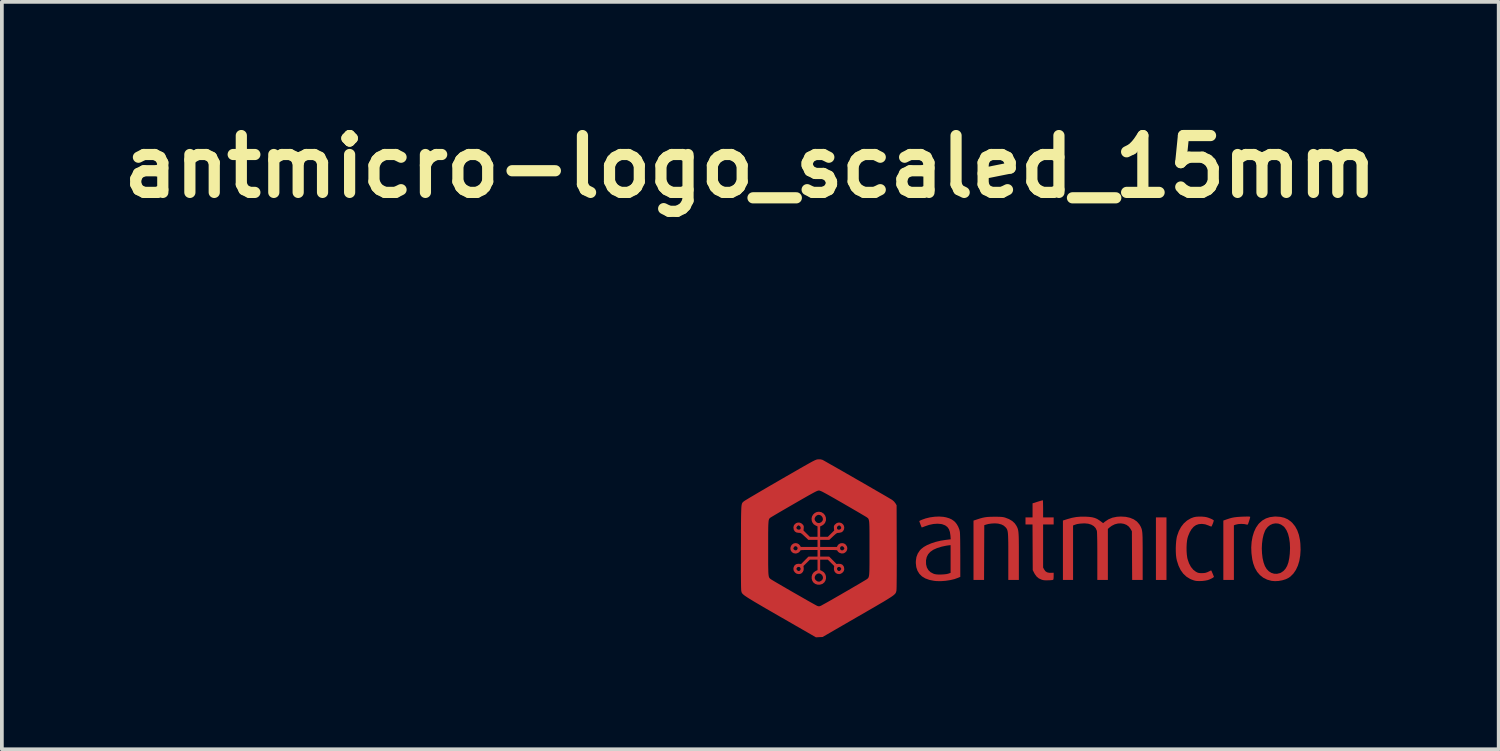
<source format=kicad_pcb>
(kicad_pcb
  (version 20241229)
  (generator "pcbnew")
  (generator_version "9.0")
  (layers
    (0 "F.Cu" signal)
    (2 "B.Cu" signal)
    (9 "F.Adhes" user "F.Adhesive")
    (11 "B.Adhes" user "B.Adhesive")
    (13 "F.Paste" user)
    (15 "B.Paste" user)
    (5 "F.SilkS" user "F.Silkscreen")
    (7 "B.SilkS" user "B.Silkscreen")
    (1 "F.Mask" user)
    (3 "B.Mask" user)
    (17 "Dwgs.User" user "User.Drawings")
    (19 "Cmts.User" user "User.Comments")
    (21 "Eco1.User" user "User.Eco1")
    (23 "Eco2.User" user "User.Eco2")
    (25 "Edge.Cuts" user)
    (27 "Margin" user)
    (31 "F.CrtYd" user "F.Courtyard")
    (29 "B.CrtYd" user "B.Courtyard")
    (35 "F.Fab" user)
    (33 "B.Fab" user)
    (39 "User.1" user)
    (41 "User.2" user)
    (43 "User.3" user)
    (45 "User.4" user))
  (footprint "antmicro-logo_scaled_15mm"
    (layer "F.Cu")
    (at 24.762 11.718)
    (property "Reference" "antmicro-logo_scaled_15mm" (at -7.7 -10.3 0) (layer "F.SilkS") (effects (font (size 1.524 1.524) (thickness 0.3))))
    (attr exclude_from_pos_files exclude_from_bom)
    (fp_poly (pts (xy 3.456 0.778) (xy 3.173 0.778) (xy 3.173 -0.899) (xy 3.456 -0.899) (xy 3.456 0.778)) (stroke (width 0.001) (type solid)) (fill yes) (layer "F.Cu"))
    (fp_poly (pts (xy 5.67 -0.921) (xy 5.692 -0.918) (xy 5.7 -0.913) (xy 5.7 -0.911) (xy 5.697 -0.894) (xy 5.688 -0.86) (xy 5.675 -0.816) (xy 5.669 -0.797) (xy 5.653 -0.749) (xy 5.641 -0.719) (xy 5.631 -0.706) (xy 5.62 -0.703) (xy 5.617 -0.704) (xy 5.544 -0.72) (xy 5.462 -0.725) (xy 5.38 -0.72) (xy 5.309 -0.704) (xy 5.296 -0.699) (xy 5.263 -0.687) (xy 5.263 0.778) (xy 4.98 0.778) (xy 4.98 -0.814) (xy 5.065 -0.844) (xy 5.14 -0.869) (xy 5.208 -0.888) (xy 5.276 -0.901) (xy 5.351 -0.91) (xy 5.439 -0.916) (xy 5.502 -0.919) (xy 5.578 -0.921) (xy 5.634 -0.922) (xy 5.67 -0.921)) (stroke (width 0.001) (type solid)) (fill yes) (layer "F.Cu"))
    (fp_poly (pts (xy 0.143 -1.348) (xy 0.146 -1.317) (xy 0.147 -1.269) (xy 0.148 -1.209) (xy 0.149 -1.139) (xy 0.149 -1.129) (xy 0.149 -0.899) (xy 0.432 -0.899) (xy 0.432 -0.71) (xy 0.149 -0.71) (xy 0.149 0.444) (xy 0.176 0.495) (xy 0.21 0.543) (xy 0.255 0.573) (xy 0.313 0.586) (xy 0.359 0.587) (xy 0.432 0.584) (xy 0.432 0.674) (xy 0.43 0.73) (xy 0.424 0.764) (xy 0.418 0.774) (xy 0.4 0.779) (xy 0.365 0.783) (xy 0.318 0.786) (xy 0.285 0.787) (xy 0.22 0.788) (xy 0.171 0.785) (xy 0.131 0.777) (xy 0.104 0.768) (xy 0.032 0.735) (xy -0.025 0.687) (xy -0.072 0.623) (xy -0.087 0.596) (xy -0.129 0.515) (xy -0.132 -0.097) (xy -0.135 -0.71) (xy -0.323 -0.71) (xy -0.323 -0.899) (xy -0.134 -0.899) (xy -0.134 -1.276) (xy -0.001 -1.318) (xy 0.052 -1.334) (xy 0.096 -1.347) (xy 0.128 -1.356) (xy 0.141 -1.359) (xy 0.143 -1.348)) (stroke (width 0.001) (type solid)) (fill yes) (layer "F.Cu"))
    (fp_poly (pts (xy -1.068 -0.916) (xy -1.005 -0.914) (xy -0.957 -0.911) (xy -0.919 -0.906) (xy -0.886 -0.898) (xy -0.873 -0.895) (xy -0.766 -0.854) (xy -0.68 -0.803) (xy -0.612 -0.741) (xy -0.568 -0.677) (xy -0.554 -0.651) (xy -0.542 -0.625) (xy -0.532 -0.6) (xy -0.524 -0.571) (xy -0.517 -0.538) (xy -0.512 -0.498) (xy -0.508 -0.449) (xy -0.505 -0.389) (xy -0.503 -0.316) (xy -0.502 -0.227) (xy -0.501 -0.122) (xy -0.501 0.004) (xy -0.501 0.149) (xy -0.501 0.778) (xy -0.784 0.778) (xy -0.784 0.155) (xy -0.784 0.008) (xy -0.784 -0.117) (xy -0.785 -0.223) (xy -0.787 -0.311) (xy -0.789 -0.383) (xy -0.792 -0.441) (xy -0.796 -0.488) (xy -0.802 -0.525) (xy -0.809 -0.554) (xy -0.818 -0.578) (xy -0.828 -0.597) (xy -0.841 -0.615) (xy -0.856 -0.633) (xy -0.857 -0.634) (xy -0.906 -0.678) (xy -0.966 -0.709) (xy -1.041 -0.729) (xy -1.069 -0.734) (xy -1.148 -0.739) (xy -1.236 -0.734) (xy -1.321 -0.722) (xy -1.383 -0.705) (xy -1.428 -0.69) (xy -1.431 0.044) (xy -1.434 0.778) (xy -1.717 0.778) (xy -1.717 -0.813) (xy -1.608 -0.849) (xy -1.533 -0.873) (xy -1.469 -0.89) (xy -1.41 -0.902) (xy -1.35 -0.91) (xy -1.282 -0.914) (xy -1.2 -0.916) (xy -1.15 -0.916) (xy -1.068 -0.916)) (stroke (width 0.001) (type solid)) (fill yes) (layer "F.Cu"))
    (fp_poly (pts (xy 2.365 -0.914) (xy 2.48 -0.888) (xy 2.579 -0.847) (xy 2.662 -0.789) (xy 2.727 -0.715) (xy 2.759 -0.663) (xy 2.771 -0.637) (xy 2.782 -0.612) (xy 2.791 -0.587) (xy 2.798 -0.557) (xy 2.804 -0.523) (xy 2.809 -0.481) (xy 2.812 -0.429) (xy 2.815 -0.365) (xy 2.816 -0.288) (xy 2.817 -0.195) (xy 2.818 -0.084) (xy 2.818 0.047) (xy 2.818 0.153) (xy 2.818 0.778) (xy 2.536 0.778) (xy 2.532 0.126) (xy 2.529 -0.527) (xy 2.494 -0.589) (xy 2.448 -0.651) (xy 2.387 -0.697) (xy 2.315 -0.726) (xy 2.236 -0.739) (xy 2.154 -0.735) (xy 2.071 -0.714) (xy 1.992 -0.675) (xy 1.935 -0.634) (xy 1.885 -0.59) (xy 1.885 0.778) (xy 1.602 0.778) (xy 1.602 0.139) (xy 1.602 -0.021) (xy 1.601 -0.159) (xy 1.6 -0.274) (xy 1.598 -0.369) (xy 1.596 -0.442) (xy 1.594 -0.496) (xy 1.591 -0.531) (xy 1.588 -0.545) (xy 1.557 -0.612) (xy 1.506 -0.666) (xy 1.439 -0.705) (xy 1.357 -0.73) (xy 1.26 -0.739) (xy 1.162 -0.734) (xy 1.109 -0.728) (xy 1.07 -0.722) (xy 1.039 -0.714) (xy 1.005 -0.703) (xy 0.985 -0.695) (xy 0.952 -0.683) (xy 0.952 0.778) (xy 0.68 0.778) (xy 0.68 -0.815) (xy 0.793 -0.851) (xy 0.92 -0.887) (xy 1.038 -0.909) (xy 1.158 -0.919) (xy 1.283 -0.919) (xy 1.383 -0.913) (xy 1.465 -0.902) (xy 1.534 -0.884) (xy 1.596 -0.858) (xy 1.655 -0.821) (xy 1.679 -0.804) (xy 1.757 -0.745) (xy 1.806 -0.785) (xy 1.902 -0.848) (xy 2.009 -0.892) (xy 2.129 -0.916) (xy 2.234 -0.922) (xy 2.365 -0.914)) (stroke (width 0.001) (type solid)) (fill yes) (layer "F.Cu"))
    (fp_poly (pts (xy 6.505 -0.914) (xy 6.611 -0.89) (xy 6.705 -0.849) (xy 6.789 -0.789) (xy 6.828 -0.753) (xy 6.903 -0.661) (xy 6.962 -0.553) (xy 7.006 -0.429) (xy 7.035 -0.287) (xy 7.045 -0.195) (xy 7.051 -0.03) (xy 7.041 0.124) (xy 7.017 0.267) (xy 6.978 0.395) (xy 6.925 0.509) (xy 6.859 0.606) (xy 6.78 0.685) (xy 6.731 0.72) (xy 6.653 0.759) (xy 6.561 0.787) (xy 6.461 0.805) (xy 6.362 0.81) (xy 6.271 0.802) (xy 6.155 0.77) (xy 6.051 0.718) (xy 5.962 0.648) (xy 5.886 0.56) (xy 5.825 0.453) (xy 5.78 0.33) (xy 5.755 0.222) (xy 5.734 0.062) (xy 5.729 -0.067) (xy 6.011 -0.067) (xy 6.017 0.065) (xy 6.032 0.192) (xy 6.059 0.309) (xy 6.095 0.407) (xy 6.141 0.484) (xy 6.199 0.545) (xy 6.267 0.588) (xy 6.342 0.611) (xy 6.42 0.613) (xy 6.498 0.594) (xy 6.524 0.583) (xy 6.59 0.539) (xy 6.645 0.479) (xy 6.69 0.402) (xy 6.724 0.307) (xy 6.748 0.191) (xy 6.762 0.07) (xy 6.768 -0.078) (xy 6.762 -0.216) (xy 6.744 -0.342) (xy 6.716 -0.454) (xy 6.676 -0.549) (xy 6.626 -0.625) (xy 6.595 -0.658) (xy 6.527 -0.706) (xy 6.454 -0.733) (xy 6.379 -0.739) (xy 6.304 -0.726) (xy 6.233 -0.694) (xy 6.17 -0.644) (xy 6.117 -0.577) (xy 6.097 -0.54) (xy 6.06 -0.44) (xy 6.033 -0.324) (xy 6.017 -0.198) (xy 6.011 -0.067) (xy 5.729 -0.067) (xy 5.728 -0.094) (xy 5.738 -0.242) (xy 5.763 -0.381) (xy 5.802 -0.509) (xy 5.854 -0.622) (xy 5.92 -0.718) (xy 5.94 -0.74) (xy 6.025 -0.816) (xy 6.121 -0.871) (xy 6.228 -0.906) (xy 6.348 -0.921) (xy 6.385 -0.922) (xy 6.505 -0.914)) (stroke (width 0.001) (type solid)) (fill yes) (layer "F.Cu"))
    (fp_poly (pts (xy 4.407 -0.92) (xy 4.485 -0.913) (xy 4.528 -0.905) (xy 4.573 -0.892) (xy 4.621 -0.874) (xy 4.666 -0.855) (xy 4.701 -0.836) (xy 4.722 -0.821) (xy 4.724 -0.819) (xy 4.722 -0.805) (xy 4.714 -0.776) (xy 4.701 -0.739) (xy 4.686 -0.703) (xy 4.672 -0.672) (xy 4.661 -0.654) (xy 4.658 -0.652) (xy 4.644 -0.657) (xy 4.614 -0.668) (xy 4.585 -0.681) (xy 4.495 -0.713) (xy 4.405 -0.725) (xy 4.321 -0.718) (xy 4.247 -0.692) (xy 4.185 -0.648) (xy 4.128 -0.583) (xy 4.079 -0.5) (xy 4.038 -0.402) (xy 4.02 -0.345) (xy 4.007 -0.276) (xy 3.998 -0.19) (xy 3.994 -0.095) (xy 3.995 0.002) (xy 4.001 0.094) (xy 4.012 0.174) (xy 4.02 0.213) (xy 4.06 0.331) (xy 4.111 0.427) (xy 4.172 0.502) (xy 4.243 0.557) (xy 4.249 0.56) (xy 4.285 0.579) (xy 4.317 0.589) (xy 4.354 0.594) (xy 4.404 0.595) (xy 4.407 0.595) (xy 4.46 0.593) (xy 4.507 0.585) (xy 4.554 0.569) (xy 4.609 0.543) (xy 4.65 0.522) (xy 4.656 0.525) (xy 4.665 0.54) (xy 4.678 0.571) (xy 4.698 0.618) (xy 4.725 0.684) (xy 4.728 0.691) (xy 4.721 0.703) (xy 4.697 0.721) (xy 4.66 0.741) (xy 4.616 0.762) (xy 4.57 0.779) (xy 4.557 0.783) (xy 4.494 0.796) (xy 4.417 0.805) (xy 4.338 0.808) (xy 4.266 0.805) (xy 4.236 0.801) (xy 4.191 0.79) (xy 4.138 0.771) (xy 4.088 0.75) (xy 3.99 0.689) (xy 3.905 0.609) (xy 3.834 0.51) (xy 3.778 0.393) (xy 3.735 0.259) (xy 3.721 0.193) (xy 3.711 0.116) (xy 3.706 0.024) (xy 3.705 -0.075) (xy 3.709 -0.175) (xy 3.717 -0.27) (xy 3.729 -0.352) (xy 3.739 -0.397) (xy 3.785 -0.528) (xy 3.845 -0.641) (xy 3.92 -0.738) (xy 4.008 -0.815) (xy 4.108 -0.874) (xy 4.188 -0.904) (xy 4.25 -0.916) (xy 4.326 -0.921) (xy 4.407 -0.92)) (stroke (width 0.001) (type solid)) (fill yes) (layer "F.Cu"))
    (fp_poly (pts (xy -2.525 -0.914) (xy -2.45 -0.9) (xy -2.365 -0.874) (xy -2.297 -0.842) (xy -2.238 -0.8) (xy -2.209 -0.773) (xy -2.166 -0.719) (xy -2.127 -0.651) (xy -2.097 -0.576) (xy -2.084 -0.522) (xy -2.081 -0.496) (xy -2.078 -0.447) (xy -2.076 -0.379) (xy -2.074 -0.294) (xy -2.073 -0.192) (xy -2.072 -0.077) (xy -2.072 0.05) (xy -2.071 0.118) (xy -2.071 0.695) (xy -2.127 0.719) (xy -2.226 0.755) (xy -2.341 0.782) (xy -2.465 0.801) (xy -2.59 0.81) (xy -2.712 0.808) (xy -2.776 0.801) (xy -2.901 0.776) (xy -3.008 0.737) (xy -3.097 0.683) (xy -3.167 0.614) (xy -3.218 0.532) (xy -3.25 0.436) (xy -3.263 0.326) (xy -3.262 0.271) (xy -3.261 0.26) (xy -2.99 0.26) (xy -2.988 0.358) (xy -2.967 0.443) (xy -2.927 0.513) (xy -2.869 0.569) (xy -2.793 0.609) (xy -2.757 0.621) (xy -2.711 0.629) (xy -2.649 0.633) (xy -2.579 0.632) (xy -2.508 0.628) (xy -2.444 0.621) (xy -2.395 0.61) (xy -2.387 0.607) (xy -2.331 0.587) (xy -2.331 -0.156) (xy -2.399 -0.148) (xy -2.443 -0.141) (xy -2.499 -0.13) (xy -2.558 -0.117) (xy -2.576 -0.113) (xy -2.697 -0.075) (xy -2.797 -0.03) (xy -2.875 0.025) (xy -2.933 0.089) (xy -2.971 0.164) (xy -2.989 0.249) (xy -2.99 0.26) (xy -3.261 0.26) (xy -3.247 0.164) (xy -3.211 0.07) (xy -3.155 -0.014) (xy -3.123 -0.048) (xy -3.052 -0.105) (xy -2.96 -0.157) (xy -2.851 -0.203) (xy -2.729 -0.243) (xy -2.595 -0.275) (xy -2.453 -0.297) (xy -2.451 -0.297) (xy -2.328 -0.312) (xy -2.335 -0.413) (xy -2.349 -0.507) (xy -2.376 -0.583) (xy -2.418 -0.642) (xy -2.476 -0.685) (xy -2.551 -0.714) (xy -2.587 -0.722) (xy -2.684 -0.73) (xy -2.793 -0.722) (xy -2.907 -0.698) (xy -3.022 -0.659) (xy -3.032 -0.655) (xy -3.069 -0.64) (xy -3.095 -0.632) (xy -3.106 -0.63) (xy -3.112 -0.642) (xy -3.123 -0.67) (xy -3.137 -0.706) (xy -3.151 -0.744) (xy -3.163 -0.776) (xy -3.169 -0.796) (xy -3.17 -0.799) (xy -3.16 -0.807) (xy -3.134 -0.821) (xy -3.105 -0.834) (xy -2.999 -0.872) (xy -2.882 -0.9) (xy -2.759 -0.917) (xy -2.638 -0.922) (xy -2.525 -0.914)) (stroke (width 0.001) (type solid)) (fill yes) (layer "F.Cu"))
    (fp_poly (pts (xy -5.817 -2.455) (xy -5.769 -2.443) (xy -5.768 -2.443) (xy -5.752 -2.435) (xy -5.718 -2.416) (xy -5.668 -2.388) (xy -5.602 -2.35) (xy -5.523 -2.305) (xy -5.432 -2.254) (xy -5.332 -2.197) (xy -5.224 -2.135) (xy -5.11 -2.069) (xy -4.992 -2.002) (xy -4.871 -1.932) (xy -4.75 -1.863) (xy -4.63 -1.794) (xy -4.513 -1.726) (xy -4.401 -1.661) (xy -4.295 -1.6) (xy -4.198 -1.544) (xy -4.111 -1.494) (xy -4.036 -1.45) (xy -3.975 -1.414) (xy -3.93 -1.387) (xy -3.902 -1.371) (xy -3.899 -1.369) (xy -3.849 -1.327) (xy -3.81 -1.278) (xy -3.778 -1.224) (xy -3.775 -0.098) (xy -3.775 0.118) (xy -3.774 0.312) (xy -3.775 0.485) (xy -3.775 0.636) (xy -3.776 0.766) (xy -3.777 0.873) (xy -3.778 0.958) (xy -3.78 1.02) (xy -3.782 1.059) (xy -3.784 1.073) (xy -3.789 1.09) (xy -3.794 1.107) (xy -3.8 1.122) (xy -3.81 1.138) (xy -3.823 1.154) (xy -3.842 1.172) (xy -3.867 1.193) (xy -3.9 1.217) (xy -3.942 1.245) (xy -3.994 1.278) (xy -4.057 1.317) (xy -4.132 1.363) (xy -4.222 1.415) (xy -4.327 1.477) (xy -4.448 1.547) (xy -4.586 1.627) (xy -4.743 1.718) (xy -4.813 1.758) (xy -5.762 2.307) (xy -5.851 2.311) (xy -5.94 2.316) (xy -6.288 2.115) (xy -6.501 1.993) (xy -6.695 1.881) (xy -6.871 1.78) (xy -7.028 1.69) (xy -7.169 1.608) (xy -7.295 1.536) (xy -7.405 1.471) (xy -7.502 1.414) (xy -7.586 1.365) (xy -7.658 1.321) (xy -7.719 1.284) (xy -7.77 1.252) (xy -7.812 1.224) (xy -7.846 1.201) (xy -7.872 1.181) (xy -7.893 1.163) (xy -7.908 1.148) (xy -7.919 1.135) (xy -7.927 1.122) (xy -7.932 1.111) (xy -7.935 1.098) (xy -7.939 1.086) (xy -7.942 1.073) (xy -7.944 1.052) (xy -7.946 1.008) (xy -7.948 0.941) (xy -7.949 0.851) (xy -7.95 0.739) (xy -7.951 0.604) (xy -7.951 0.448) (xy -7.951 0.27) (xy -7.951 0.07) (xy -7.951 -0.072) (xy -7.221 -0.072) (xy -7.221 0.082) (xy -7.221 0.213) (xy -7.221 0.325) (xy -7.22 0.418) (xy -7.218 0.496) (xy -7.217 0.558) (xy -7.214 0.608) (xy -7.21 0.646) (xy -7.205 0.676) (xy -7.2 0.698) (xy -7.192 0.715) (xy -7.184 0.727) (xy -7.174 0.738) (xy -7.162 0.749) (xy -7.161 0.75) (xy -7.145 0.761) (xy -7.111 0.782) (xy -7.061 0.812) (xy -6.997 0.85) (xy -6.921 0.894) (xy -6.837 0.943) (xy -6.745 0.997) (xy -6.648 1.053) (xy -6.549 1.11) (xy -6.449 1.167) (xy -6.351 1.223) (xy -6.257 1.277) (xy -6.17 1.327) (xy -6.09 1.372) (xy -6.022 1.41) (xy -5.966 1.441) (xy -5.926 1.463) (xy -5.903 1.474) (xy -5.899 1.476) (xy -5.87 1.484) (xy -5.849 1.484) (xy -5.825 1.476) (xy -5.811 1.471) (xy -5.791 1.461) (xy -5.754 1.44) (xy -5.701 1.411) (xy -5.634 1.374) (xy -5.557 1.33) (xy -5.471 1.281) (xy -5.378 1.227) (xy -5.281 1.172) (xy -5.182 1.114) (xy -5.083 1.057) (xy -4.987 1.001) (xy -4.895 0.947) (xy -4.81 0.898) (xy -4.734 0.853) (xy -4.669 0.814) (xy -4.618 0.784) (xy -4.583 0.762) (xy -4.566 0.751) (xy -4.565 0.75) (xy -4.553 0.739) (xy -4.543 0.728) (xy -4.534 0.716) (xy -4.527 0.699) (xy -4.521 0.678) (xy -4.516 0.649) (xy -4.512 0.611) (xy -4.509 0.562) (xy -4.507 0.501) (xy -4.506 0.425) (xy -4.505 0.333) (xy -4.505 0.223) (xy -4.505 0.093) (xy -4.505 -0.059) (xy -4.505 -0.072) (xy -4.505 -0.226) (xy -4.505 -0.359) (xy -4.505 -0.471) (xy -4.506 -0.565) (xy -4.507 -0.643) (xy -4.509 -0.706) (xy -4.512 -0.756) (xy -4.516 -0.795) (xy -4.522 -0.825) (xy -4.528 -0.847) (xy -4.536 -0.864) (xy -4.546 -0.876) (xy -4.558 -0.887) (xy -4.572 -0.897) (xy -4.577 -0.901) (xy -4.594 -0.912) (xy -4.63 -0.934) (xy -4.683 -0.965) (xy -4.75 -1.005) (xy -4.83 -1.052) (xy -4.92 -1.104) (xy -5.019 -1.162) (xy -5.125 -1.223) (xy -5.214 -1.275) (xy -5.342 -1.348) (xy -5.451 -1.411) (xy -5.543 -1.463) (xy -5.619 -1.506) (xy -5.681 -1.54) (xy -5.731 -1.567) (xy -5.771 -1.588) (xy -5.802 -1.602) (xy -5.825 -1.611) (xy -5.843 -1.617) (xy -5.857 -1.619) (xy -5.862 -1.619) (xy -5.874 -1.618) (xy -5.89 -1.614) (xy -5.91 -1.607) (xy -5.937 -1.595) (xy -5.973 -1.577) (xy -6.018 -1.553) (xy -6.074 -1.522) (xy -6.143 -1.484) (xy -6.227 -1.436) (xy -6.327 -1.379) (xy -6.445 -1.311) (xy -6.528 -1.263) (xy -6.639 -1.199) (xy -6.744 -1.138) (xy -6.842 -1.081) (xy -6.93 -1.03) (xy -7.008 -0.984) (xy -7.072 -0.946) (xy -7.121 -0.917) (xy -7.153 -0.897) (xy -7.167 -0.888) (xy -7.177 -0.879) (xy -7.187 -0.868) (xy -7.195 -0.856) (xy -7.201 -0.839) (xy -7.207 -0.816) (xy -7.211 -0.785) (xy -7.214 -0.745) (xy -7.217 -0.694) (xy -7.219 -0.629) (xy -7.22 -0.55) (xy -7.221 -0.454) (xy -7.221 -0.339) (xy -7.221 -0.204) (xy -7.221 -0.072) (xy -7.951 -0.072) (xy -7.951 -0.098) (xy -7.95 -0.289) (xy -7.95 -0.458) (xy -7.949 -0.607) (xy -7.949 -0.736) (xy -7.948 -0.847) (xy -7.947 -0.942) (xy -7.945 -1.022) (xy -7.943 -1.088) (xy -7.941 -1.143) (xy -7.938 -1.186) (xy -7.934 -1.221) (xy -7.929 -1.247) (xy -7.923 -1.268) (xy -7.917 -1.283) (xy -7.909 -1.295) (xy -7.9 -1.305) (xy -7.89 -1.315) (xy -7.878 -1.325) (xy -7.873 -1.33) (xy -7.858 -1.34) (xy -7.824 -1.362) (xy -7.772 -1.393) (xy -7.705 -1.434) (xy -7.623 -1.482) (xy -7.528 -1.538) (xy -7.421 -1.601) (xy -7.305 -1.669) (xy -7.18 -1.742) (xy -7.048 -1.818) (xy -6.91 -1.898) (xy -6.896 -1.906) (xy -6.736 -1.999) (xy -6.594 -2.08) (xy -6.471 -2.151) (xy -6.364 -2.213) (xy -6.273 -2.265) (xy -6.195 -2.309) (xy -6.129 -2.346) (xy -6.075 -2.376) (xy -6.031 -2.4) (xy -5.995 -2.418) (xy -5.966 -2.432) (xy -5.943 -2.441) (xy -5.925 -2.448) (xy -5.91 -2.452) (xy -5.897 -2.454) (xy -5.884 -2.455) (xy -5.881 -2.456) (xy -5.817 -2.455)) (stroke (width 0.001) (type solid)) (fill yes) (layer "F.Cu"))
    (fp_poly (pts (xy -5.799 -1.04) (xy -5.789 -1.036) (xy -5.734 -1.001) (xy -5.695 -0.951) (xy -5.673 -0.891) (xy -5.671 -0.827) (xy -5.674 -0.811) (xy -5.697 -0.751) (xy -5.738 -0.705) (xy -5.778 -0.68) (xy -5.827 -0.657) (xy -5.827 -0.379) (xy -5.621 -0.379) (xy -5.536 -0.463) (xy -5.451 -0.548) (xy -5.458 -0.608) (xy -5.458 -0.61) (xy -5.378 -0.61) (xy -5.364 -0.582) (xy -5.337 -0.569) (xy -5.304 -0.572) (xy -5.279 -0.587) (xy -5.262 -0.614) (xy -5.268 -0.643) (xy -5.284 -0.663) (xy -5.307 -0.682) (xy -5.325 -0.683) (xy -5.35 -0.669) (xy -5.352 -0.668) (xy -5.373 -0.642) (xy -5.378 -0.61) (xy -5.458 -0.61) (xy -5.46 -0.647) (xy -5.455 -0.674) (xy -5.439 -0.698) (xy -5.432 -0.707) (xy -5.389 -0.743) (xy -5.342 -0.76) (xy -5.295 -0.759) (xy -5.251 -0.743) (xy -5.215 -0.713) (xy -5.19 -0.673) (xy -5.181 -0.623) (xy -5.19 -0.574) (xy -5.216 -0.528) (xy -5.259 -0.498) (xy -5.316 -0.486) (xy -5.325 -0.485) (xy -5.35 -0.485) (xy -5.371 -0.48) (xy -5.391 -0.469) (xy -5.417 -0.449) (xy -5.453 -0.418) (xy -5.482 -0.391) (xy -5.583 -0.296) (xy -5.827 -0.296) (xy -5.827 -0.107) (xy -5.379 -0.107) (xy -5.362 -0.141) (xy -5.33 -0.18) (xy -5.286 -0.203) (xy -5.236 -0.21) (xy -5.186 -0.2) (xy -5.144 -0.172) (xy -5.14 -0.167) (xy -5.109 -0.12) (xy -5.099 -0.071) (xy -5.107 -0.024) (xy -5.129 0.016) (xy -5.163 0.047) (xy -5.206 0.066) (xy -5.255 0.068) (xy -5.307 0.052) (xy -5.318 0.045) (xy -5.345 0.024) (xy -5.362 0.002) (xy -5.363 -0.002) (xy -5.367 -0.01) (xy -5.374 -0.016) (xy -5.388 -0.02) (xy -5.413 -0.022) (xy -5.451 -0.024) (xy -5.505 -0.025) (xy -5.58 -0.025) (xy -5.598 -0.025) (xy -5.827 -0.025) (xy -5.827 0.152) (xy -5.585 0.152) (xy -5.389 0.35) (xy -5.333 0.345) (xy -5.274 0.349) (xy -5.228 0.372) (xy -5.197 0.413) (xy -5.189 0.434) (xy -5.181 0.491) (xy -5.194 0.54) (xy -5.224 0.578) (xy -5.27 0.61) (xy -5.318 0.622) (xy -5.365 0.615) (xy -5.407 0.593) (xy -5.439 0.556) (xy -5.457 0.507) (xy -5.457 0.472) (xy -5.376 0.472) (xy -5.372 0.501) (xy -5.361 0.518) (xy -5.334 0.539) (xy -5.308 0.537) (xy -5.284 0.519) (xy -5.264 0.49) (xy -5.265 0.464) (xy -5.283 0.443) (xy -5.313 0.427) (xy -5.342 0.43) (xy -5.364 0.447) (xy -5.376 0.472) (xy -5.457 0.472) (xy -5.458 0.46) (xy -5.451 0.404) (xy -5.621 0.235) (xy -5.827 0.235) (xy -5.827 0.515) (xy -5.779 0.537) (xy -5.728 0.571) (xy -5.692 0.619) (xy -5.673 0.674) (xy -5.67 0.732) (xy -5.683 0.789) (xy -5.713 0.84) (xy -5.759 0.879) (xy -5.769 0.885) (xy -5.831 0.904) (xy -5.897 0.904) (xy -5.958 0.885) (xy -5.959 0.884) (xy -6.008 0.847) (xy -6.039 0.798) (xy -6.055 0.741) (xy -6.054 0.713) (xy -5.974 0.713) (xy -5.969 0.749) (xy -5.951 0.777) (xy -5.936 0.792) (xy -5.892 0.82) (xy -5.849 0.824) (xy -5.806 0.805) (xy -5.79 0.792) (xy -5.763 0.763) (xy -5.753 0.732) (xy -5.752 0.713) (xy -5.762 0.671) (xy -5.79 0.633) (xy -5.829 0.608) (xy -5.863 0.601) (xy -5.905 0.612) (xy -5.942 0.64) (xy -5.967 0.679) (xy -5.974 0.713) (xy -6.054 0.713) (xy -6.054 0.683) (xy -6.037 0.626) (xy -6.004 0.578) (xy -5.955 0.541) (xy -5.947 0.537) (xy -5.898 0.515) (xy -5.898 0.235) (xy -6.104 0.235) (xy -6.275 0.404) (xy -6.268 0.46) (xy -6.271 0.517) (xy -6.292 0.563) (xy -6.325 0.598) (xy -6.368 0.618) (xy -6.416 0.621) (xy -6.465 0.606) (xy -6.502 0.578) (xy -6.535 0.533) (xy -6.545 0.483) (xy -6.543 0.469) (xy -6.462 0.469) (xy -6.46 0.495) (xy -6.442 0.519) (xy -6.413 0.539) (xy -6.387 0.537) (xy -6.365 0.519) (xy -6.35 0.489) (xy -6.354 0.458) (xy -6.375 0.435) (xy -6.389 0.429) (xy -6.424 0.43) (xy -6.442 0.442) (xy -6.462 0.469) (xy -6.543 0.469) (xy -6.537 0.434) (xy -6.512 0.386) (xy -6.472 0.356) (xy -6.418 0.344) (xy -6.392 0.345) (xy -6.337 0.35) (xy -6.141 0.152) (xy -5.898 0.152) (xy -5.898 -0.025) (xy -6.128 -0.025) (xy -6.207 -0.025) (xy -6.265 -0.024) (xy -6.307 -0.023) (xy -6.334 -0.02) (xy -6.351 -0.017) (xy -6.359 -0.011) (xy -6.364 -0.004) (xy -6.365 -0.000301) (xy -6.384 0.027) (xy -6.418 0.051) (xy -6.459 0.066) (xy -6.486 0.07) (xy -6.541 0.06) (xy -6.584 0.033) (xy -6.612 -0.006) (xy -6.626 -0.053) (xy -6.624 -0.069) (xy -6.546 -0.069) (xy -6.543 -0.052) (xy -6.531 -0.037) (xy -6.5 -0.016) (xy -6.468 -0.018) (xy -6.448 -0.031) (xy -6.431 -0.062) (xy -6.435 -0.082) (xy -5.294 -0.082) (xy -5.29 -0.049) (xy -5.277 -0.031) (xy -5.247 -0.014) (xy -5.215 -0.02) (xy -5.195 -0.037) (xy -5.18 -0.057) (xy -5.181 -0.075) (xy -5.19 -0.093) (xy -5.215 -0.121) (xy -5.245 -0.128) (xy -5.275 -0.115) (xy -5.277 -0.113) (xy -5.294 -0.082) (xy -6.435 -0.082) (xy -6.437 -0.094) (xy -6.452 -0.113) (xy -6.483 -0.128) (xy -6.512 -0.121) (xy -6.535 -0.093) (xy -6.546 -0.069) (xy -6.624 -0.069) (xy -6.621 -0.104) (xy -6.597 -0.153) (xy -6.586 -0.167) (xy -6.543 -0.198) (xy -6.494 -0.21) (xy -6.444 -0.204) (xy -6.399 -0.18) (xy -6.367 -0.143) (xy -6.346 -0.107) (xy -5.898 -0.107) (xy -5.898 -0.296) (xy -6.143 -0.296) (xy -6.244 -0.391) (xy -6.287 -0.431) (xy -6.319 -0.458) (xy -6.342 -0.474) (xy -6.362 -0.482) (xy -6.384 -0.485) (xy -6.403 -0.485) (xy -6.461 -0.494) (xy -6.504 -0.52) (xy -6.532 -0.564) (xy -6.537 -0.579) (xy -6.542 -0.622) (xy -6.465 -0.622) (xy -6.455 -0.595) (xy -6.43 -0.576) (xy -6.399 -0.569) (xy -6.369 -0.576) (xy -6.361 -0.582) (xy -6.348 -0.61) (xy -6.353 -0.642) (xy -6.373 -0.668) (xy -6.396 -0.681) (xy -6.409 -0.686) (xy -6.426 -0.677) (xy -6.446 -0.657) (xy -6.462 -0.634) (xy -6.465 -0.622) (xy -6.542 -0.622) (xy -6.544 -0.635) (xy -6.532 -0.683) (xy -6.504 -0.721) (xy -6.466 -0.748) (xy -6.421 -0.761) (xy -6.373 -0.758) (xy -6.327 -0.737) (xy -6.293 -0.707) (xy -6.274 -0.681) (xy -6.266 -0.656) (xy -6.267 -0.622) (xy -6.268 -0.608) (xy -6.274 -0.548) (xy -6.189 -0.463) (xy -6.104 -0.379) (xy -5.898 -0.379) (xy -5.898 -0.658) (xy -5.945 -0.679) (xy -6 -0.714) (xy -6.037 -0.765) (xy -6.052 -0.804) (xy -6.057 -0.86) (xy -5.977 -0.86) (xy -5.972 -0.833) (xy -5.964 -0.813) (xy -5.933 -0.772) (xy -5.893 -0.75) (xy -5.848 -0.748) (xy -5.804 -0.767) (xy -5.799 -0.77) (xy -5.764 -0.808) (xy -5.752 -0.849) (xy -5.761 -0.892) (xy -5.79 -0.936) (xy -5.828 -0.961) (xy -5.87 -0.968) (xy -5.911 -0.956) (xy -5.948 -0.925) (xy -5.969 -0.888) (xy -5.977 -0.86) (xy -6.057 -0.86) (xy -6.058 -0.868) (xy -6.045 -0.926) (xy -6.015 -0.977) (xy -5.972 -1.017) (xy -5.919 -1.043) (xy -5.861 -1.051) (xy -5.799 -1.04)) (stroke (width 0.001) (type solid)) (fill yes) (layer "F.Cu"))
    (fp_poly (pts (xy 3.456 0.778) (xy 3.173 0.778) (xy 3.173 -0.899) (xy 3.456 -0.899) (xy 3.456 0.778)) (stroke (width 0.001) (type solid)) (fill yes) (layer "F.Mask"))
    (fp_poly (pts (xy 5.67 -0.921) (xy 5.692 -0.918) (xy 5.7 -0.913) (xy 5.7 -0.911) (xy 5.697 -0.894) (xy 5.688 -0.86) (xy 5.675 -0.816) (xy 5.669 -0.797) (xy 5.653 -0.749) (xy 5.641 -0.719) (xy 5.631 -0.706) (xy 5.62 -0.703) (xy 5.617 -0.704) (xy 5.544 -0.72) (xy 5.462 -0.725) (xy 5.38 -0.72) (xy 5.309 -0.704) (xy 5.296 -0.699) (xy 5.263 -0.687) (xy 5.263 0.778) (xy 4.98 0.778) (xy 4.98 -0.814) (xy 5.065 -0.844) (xy 5.14 -0.869) (xy 5.208 -0.888) (xy 5.276 -0.901) (xy 5.351 -0.91) (xy 5.439 -0.916) (xy 5.502 -0.919) (xy 5.578 -0.921) (xy 5.634 -0.922) (xy 5.67 -0.921)) (stroke (width 0.001) (type solid)) (fill yes) (layer "F.Mask"))
    (fp_poly (pts (xy 0.143 -1.348) (xy 0.146 -1.317) (xy 0.147 -1.269) (xy 0.148 -1.209) (xy 0.149 -1.139) (xy 0.149 -1.129) (xy 0.149 -0.899) (xy 0.432 -0.899) (xy 0.432 -0.71) (xy 0.149 -0.71) (xy 0.149 0.444) (xy 0.176 0.495) (xy 0.21 0.543) (xy 0.255 0.573) (xy 0.313 0.586) (xy 0.359 0.587) (xy 0.432 0.584) (xy 0.432 0.674) (xy 0.43 0.73) (xy 0.424 0.764) (xy 0.418 0.774) (xy 0.4 0.779) (xy 0.365 0.783) (xy 0.318 0.786) (xy 0.285 0.787) (xy 0.22 0.788) (xy 0.171 0.785) (xy 0.131 0.777) (xy 0.104 0.768) (xy 0.032 0.735) (xy -0.025 0.687) (xy -0.072 0.623) (xy -0.087 0.596) (xy -0.129 0.515) (xy -0.132 -0.097) (xy -0.135 -0.71) (xy -0.323 -0.71) (xy -0.323 -0.899) (xy -0.134 -0.899) (xy -0.134 -1.276) (xy -0.001 -1.318) (xy 0.052 -1.334) (xy 0.096 -1.347) (xy 0.128 -1.356) (xy 0.141 -1.359) (xy 0.143 -1.348)) (stroke (width 0.001) (type solid)) (fill yes) (layer "F.Mask"))
    (fp_poly (pts (xy -1.068 -0.916) (xy -1.005 -0.914) (xy -0.957 -0.911) (xy -0.919 -0.906) (xy -0.886 -0.898) (xy -0.873 -0.895) (xy -0.766 -0.854) (xy -0.68 -0.803) (xy -0.612 -0.741) (xy -0.568 -0.677) (xy -0.554 -0.651) (xy -0.542 -0.625) (xy -0.532 -0.6) (xy -0.524 -0.571) (xy -0.517 -0.538) (xy -0.512 -0.498) (xy -0.508 -0.449) (xy -0.505 -0.389) (xy -0.503 -0.316) (xy -0.502 -0.227) (xy -0.501 -0.122) (xy -0.501 0.004) (xy -0.501 0.149) (xy -0.501 0.778) (xy -0.784 0.778) (xy -0.784 0.155) (xy -0.784 0.008) (xy -0.784 -0.117) (xy -0.785 -0.223) (xy -0.787 -0.311) (xy -0.789 -0.383) (xy -0.792 -0.441) (xy -0.796 -0.488) (xy -0.802 -0.525) (xy -0.809 -0.554) (xy -0.818 -0.578) (xy -0.828 -0.597) (xy -0.841 -0.615) (xy -0.856 -0.633) (xy -0.857 -0.634) (xy -0.906 -0.678) (xy -0.966 -0.709) (xy -1.041 -0.729) (xy -1.069 -0.734) (xy -1.148 -0.739) (xy -1.236 -0.734) (xy -1.321 -0.722) (xy -1.383 -0.705) (xy -1.428 -0.69) (xy -1.431 0.044) (xy -1.434 0.778) (xy -1.717 0.778) (xy -1.717 -0.813) (xy -1.608 -0.849) (xy -1.533 -0.873) (xy -1.469 -0.89) (xy -1.41 -0.902) (xy -1.35 -0.91) (xy -1.282 -0.914) (xy -1.2 -0.916) (xy -1.15 -0.916) (xy -1.068 -0.916)) (stroke (width 0.001) (type solid)) (fill yes) (layer "F.Mask"))
    (fp_poly (pts (xy 2.365 -0.914) (xy 2.48 -0.888) (xy 2.579 -0.847) (xy 2.662 -0.789) (xy 2.727 -0.715) (xy 2.759 -0.663) (xy 2.771 -0.637) (xy 2.782 -0.612) (xy 2.791 -0.587) (xy 2.798 -0.557) (xy 2.804 -0.523) (xy 2.809 -0.481) (xy 2.812 -0.429) (xy 2.815 -0.365) (xy 2.816 -0.288) (xy 2.817 -0.195) (xy 2.818 -0.084) (xy 2.818 0.047) (xy 2.818 0.153) (xy 2.818 0.778) (xy 2.536 0.778) (xy 2.532 0.126) (xy 2.529 -0.527) (xy 2.494 -0.589) (xy 2.448 -0.651) (xy 2.387 -0.697) (xy 2.315 -0.726) (xy 2.236 -0.739) (xy 2.154 -0.735) (xy 2.071 -0.714) (xy 1.992 -0.675) (xy 1.935 -0.634) (xy 1.885 -0.59) (xy 1.885 0.778) (xy 1.602 0.778) (xy 1.602 0.139) (xy 1.602 -0.021) (xy 1.601 -0.159) (xy 1.6 -0.274) (xy 1.598 -0.369) (xy 1.596 -0.442) (xy 1.594 -0.496) (xy 1.591 -0.531) (xy 1.588 -0.545) (xy 1.557 -0.612) (xy 1.506 -0.666) (xy 1.439 -0.705) (xy 1.357 -0.73) (xy 1.26 -0.739) (xy 1.162 -0.734) (xy 1.109 -0.728) (xy 1.07 -0.722) (xy 1.039 -0.714) (xy 1.005 -0.703) (xy 0.985 -0.695) (xy 0.952 -0.683) (xy 0.952 0.778) (xy 0.68 0.778) (xy 0.68 -0.815) (xy 0.793 -0.851) (xy 0.92 -0.887) (xy 1.038 -0.909) (xy 1.158 -0.919) (xy 1.283 -0.919) (xy 1.383 -0.913) (xy 1.465 -0.902) (xy 1.534 -0.884) (xy 1.596 -0.858) (xy 1.655 -0.821) (xy 1.679 -0.804) (xy 1.757 -0.745) (xy 1.806 -0.785) (xy 1.902 -0.848) (xy 2.009 -0.892) (xy 2.129 -0.916) (xy 2.234 -0.922) (xy 2.365 -0.914)) (stroke (width 0.001) (type solid)) (fill yes) (layer "F.Mask"))
    (fp_poly (pts (xy 6.505 -0.914) (xy 6.611 -0.89) (xy 6.705 -0.849) (xy 6.789 -0.789) (xy 6.828 -0.753) (xy 6.903 -0.661) (xy 6.962 -0.553) (xy 7.006 -0.429) (xy 7.035 -0.287) (xy 7.045 -0.195) (xy 7.051 -0.03) (xy 7.041 0.124) (xy 7.017 0.267) (xy 6.978 0.395) (xy 6.925 0.509) (xy 6.859 0.606) (xy 6.78 0.685) (xy 6.731 0.72) (xy 6.653 0.759) (xy 6.561 0.787) (xy 6.461 0.805) (xy 6.362 0.81) (xy 6.271 0.802) (xy 6.155 0.77) (xy 6.051 0.718) (xy 5.962 0.648) (xy 5.886 0.56) (xy 5.825 0.453) (xy 5.78 0.33) (xy 5.755 0.222) (xy 5.734 0.062) (xy 5.729 -0.067) (xy 6.011 -0.067) (xy 6.017 0.065) (xy 6.032 0.192) (xy 6.059 0.309) (xy 6.095 0.407) (xy 6.141 0.484) (xy 6.199 0.545) (xy 6.267 0.588) (xy 6.342 0.611) (xy 6.42 0.613) (xy 6.498 0.594) (xy 6.524 0.583) (xy 6.59 0.539) (xy 6.645 0.479) (xy 6.69 0.402) (xy 6.724 0.307) (xy 6.748 0.191) (xy 6.762 0.07) (xy 6.768 -0.078) (xy 6.762 -0.216) (xy 6.744 -0.342) (xy 6.716 -0.454) (xy 6.676 -0.549) (xy 6.626 -0.625) (xy 6.595 -0.658) (xy 6.527 -0.706) (xy 6.454 -0.733) (xy 6.379 -0.739) (xy 6.304 -0.726) (xy 6.233 -0.694) (xy 6.17 -0.644) (xy 6.117 -0.577) (xy 6.097 -0.54) (xy 6.06 -0.44) (xy 6.033 -0.324) (xy 6.017 -0.198) (xy 6.011 -0.067) (xy 5.729 -0.067) (xy 5.728 -0.094) (xy 5.738 -0.242) (xy 5.763 -0.381) (xy 5.802 -0.509) (xy 5.854 -0.622) (xy 5.92 -0.718) (xy 5.94 -0.74) (xy 6.025 -0.816) (xy 6.121 -0.871) (xy 6.228 -0.906) (xy 6.348 -0.921) (xy 6.385 -0.922) (xy 6.505 -0.914)) (stroke (width 0.001) (type solid)) (fill yes) (layer "F.Mask"))
    (fp_poly (pts (xy 4.407 -0.92) (xy 4.485 -0.913) (xy 4.528 -0.905) (xy 4.573 -0.892) (xy 4.621 -0.874) (xy 4.666 -0.855) (xy 4.701 -0.836) (xy 4.722 -0.821) (xy 4.724 -0.819) (xy 4.722 -0.805) (xy 4.714 -0.776) (xy 4.701 -0.739) (xy 4.686 -0.703) (xy 4.672 -0.672) (xy 4.661 -0.654) (xy 4.658 -0.652) (xy 4.644 -0.657) (xy 4.614 -0.668) (xy 4.585 -0.681) (xy 4.495 -0.713) (xy 4.405 -0.725) (xy 4.321 -0.718) (xy 4.247 -0.692) (xy 4.185 -0.648) (xy 4.128 -0.583) (xy 4.079 -0.5) (xy 4.038 -0.402) (xy 4.02 -0.345) (xy 4.007 -0.276) (xy 3.998 -0.19) (xy 3.994 -0.095) (xy 3.995 0.002) (xy 4.001 0.094) (xy 4.012 0.174) (xy 4.02 0.213) (xy 4.06 0.331) (xy 4.111 0.427) (xy 4.172 0.502) (xy 4.243 0.557) (xy 4.249 0.56) (xy 4.285 0.579) (xy 4.317 0.589) (xy 4.354 0.594) (xy 4.404 0.595) (xy 4.407 0.595) (xy 4.46 0.593) (xy 4.507 0.585) (xy 4.554 0.569) (xy 4.609 0.543) (xy 4.65 0.522) (xy 4.656 0.525) (xy 4.665 0.54) (xy 4.678 0.571) (xy 4.698 0.618) (xy 4.725 0.684) (xy 4.728 0.691) (xy 4.721 0.703) (xy 4.697 0.721) (xy 4.66 0.741) (xy 4.616 0.762) (xy 4.57 0.779) (xy 4.557 0.783) (xy 4.494 0.796) (xy 4.417 0.805) (xy 4.338 0.808) (xy 4.266 0.805) (xy 4.236 0.801) (xy 4.191 0.79) (xy 4.138 0.771) (xy 4.088 0.75) (xy 3.99 0.689) (xy 3.905 0.609) (xy 3.834 0.51) (xy 3.778 0.393) (xy 3.735 0.259) (xy 3.721 0.193) (xy 3.711 0.116) (xy 3.706 0.024) (xy 3.705 -0.075) (xy 3.709 -0.175) (xy 3.717 -0.27) (xy 3.729 -0.352) (xy 3.739 -0.397) (xy 3.785 -0.528) (xy 3.845 -0.641) (xy 3.92 -0.738) (xy 4.008 -0.815) (xy 4.108 -0.874) (xy 4.188 -0.904) (xy 4.25 -0.916) (xy 4.326 -0.921) (xy 4.407 -0.92)) (stroke (width 0.001) (type solid)) (fill yes) (layer "F.Mask"))
    (fp_poly (pts (xy -2.525 -0.914) (xy -2.45 -0.9) (xy -2.365 -0.874) (xy -2.297 -0.842) (xy -2.238 -0.8) (xy -2.209 -0.773) (xy -2.166 -0.719) (xy -2.127 -0.651) (xy -2.097 -0.576) (xy -2.084 -0.522) (xy -2.081 -0.496) (xy -2.078 -0.447) (xy -2.076 -0.379) (xy -2.074 -0.294) (xy -2.073 -0.192) (xy -2.072 -0.077) (xy -2.072 0.05) (xy -2.071 0.118) (xy -2.071 0.695) (xy -2.127 0.719) (xy -2.226 0.755) (xy -2.341 0.782) (xy -2.465 0.801) (xy -2.59 0.81) (xy -2.712 0.808) (xy -2.776 0.801) (xy -2.901 0.776) (xy -3.008 0.737) (xy -3.097 0.683) (xy -3.167 0.614) (xy -3.218 0.532) (xy -3.25 0.436) (xy -3.263 0.326) (xy -3.262 0.271) (xy -3.261 0.26) (xy -2.99 0.26) (xy -2.988 0.358) (xy -2.967 0.443) (xy -2.927 0.513) (xy -2.869 0.569) (xy -2.793 0.609) (xy -2.757 0.621) (xy -2.711 0.629) (xy -2.649 0.633) (xy -2.579 0.632) (xy -2.508 0.628) (xy -2.444 0.621) (xy -2.395 0.61) (xy -2.387 0.607) (xy -2.331 0.587) (xy -2.331 -0.156) (xy -2.399 -0.148) (xy -2.443 -0.141) (xy -2.499 -0.13) (xy -2.558 -0.117) (xy -2.576 -0.113) (xy -2.697 -0.075) (xy -2.797 -0.03) (xy -2.875 0.025) (xy -2.933 0.089) (xy -2.971 0.164) (xy -2.989 0.249) (xy -2.99 0.26) (xy -3.261 0.26) (xy -3.247 0.164) (xy -3.211 0.07) (xy -3.155 -0.014) (xy -3.123 -0.048) (xy -3.052 -0.105) (xy -2.96 -0.157) (xy -2.851 -0.203) (xy -2.729 -0.243) (xy -2.595 -0.275) (xy -2.453 -0.297) (xy -2.451 -0.297) (xy -2.328 -0.312) (xy -2.335 -0.413) (xy -2.349 -0.507) (xy -2.376 -0.583) (xy -2.418 -0.642) (xy -2.476 -0.685) (xy -2.551 -0.714) (xy -2.587 -0.722) (xy -2.684 -0.73) (xy -2.793 -0.722) (xy -2.907 -0.698) (xy -3.022 -0.659) (xy -3.032 -0.655) (xy -3.069 -0.64) (xy -3.095 -0.632) (xy -3.106 -0.63) (xy -3.112 -0.642) (xy -3.123 -0.67) (xy -3.137 -0.706) (xy -3.151 -0.744) (xy -3.163 -0.776) (xy -3.169 -0.796) (xy -3.17 -0.799) (xy -3.16 -0.807) (xy -3.134 -0.821) (xy -3.105 -0.834) (xy -2.999 -0.872) (xy -2.882 -0.9) (xy -2.759 -0.917) (xy -2.638 -0.922) (xy -2.525 -0.914)) (stroke (width 0.001) (type solid)) (fill yes) (layer "F.Mask"))
    (fp_poly (pts (xy -5.817 -2.455) (xy -5.769 -2.443) (xy -5.768 -2.443) (xy -5.752 -2.435) (xy -5.718 -2.416) (xy -5.668 -2.388) (xy -5.602 -2.35) (xy -5.523 -2.305) (xy -5.432 -2.254) (xy -5.332 -2.197) (xy -5.224 -2.135) (xy -5.11 -2.069) (xy -4.992 -2.002) (xy -4.871 -1.932) (xy -4.75 -1.863) (xy -4.63 -1.794) (xy -4.513 -1.726) (xy -4.401 -1.661) (xy -4.295 -1.6) (xy -4.198 -1.544) (xy -4.111 -1.494) (xy -4.036 -1.45) (xy -3.975 -1.414) (xy -3.93 -1.387) (xy -3.902 -1.371) (xy -3.899 -1.369) (xy -3.849 -1.327) (xy -3.81 -1.278) (xy -3.778 -1.224) (xy -3.775 -0.098) (xy -3.775 0.118) (xy -3.774 0.312) (xy -3.775 0.485) (xy -3.775 0.636) (xy -3.776 0.766) (xy -3.777 0.873) (xy -3.778 0.958) (xy -3.78 1.02) (xy -3.782 1.059) (xy -3.784 1.073) (xy -3.789 1.09) (xy -3.794 1.107) (xy -3.8 1.122) (xy -3.81 1.138) (xy -3.823 1.154) (xy -3.842 1.172) (xy -3.867 1.193) (xy -3.9 1.217) (xy -3.942 1.245) (xy -3.994 1.278) (xy -4.057 1.317) (xy -4.132 1.363) (xy -4.222 1.415) (xy -4.327 1.477) (xy -4.448 1.547) (xy -4.586 1.627) (xy -4.743 1.718) (xy -4.813 1.758) (xy -5.762 2.307) (xy -5.851 2.311) (xy -5.94 2.316) (xy -6.288 2.115) (xy -6.501 1.993) (xy -6.695 1.881) (xy -6.871 1.78) (xy -7.028 1.69) (xy -7.169 1.608) (xy -7.295 1.536) (xy -7.405 1.471) (xy -7.502 1.414) (xy -7.586 1.365) (xy -7.658 1.321) (xy -7.719 1.284) (xy -7.77 1.252) (xy -7.812 1.224) (xy -7.846 1.201) (xy -7.872 1.181) (xy -7.893 1.163) (xy -7.908 1.148) (xy -7.919 1.135) (xy -7.927 1.122) (xy -7.932 1.111) (xy -7.935 1.098) (xy -7.939 1.086) (xy -7.942 1.073) (xy -7.944 1.052) (xy -7.946 1.008) (xy -7.948 0.941) (xy -7.949 0.851) (xy -7.95 0.739) (xy -7.951 0.604) (xy -7.951 0.448) (xy -7.951 0.27) (xy -7.951 0.07) (xy -7.951 -0.072) (xy -7.221 -0.072) (xy -7.221 0.082) (xy -7.221 0.213) (xy -7.221 0.325) (xy -7.22 0.418) (xy -7.218 0.496) (xy -7.217 0.558) (xy -7.214 0.608) (xy -7.21 0.646) (xy -7.205 0.676) (xy -7.2 0.698) (xy -7.192 0.715) (xy -7.184 0.727) (xy -7.174 0.738) (xy -7.162 0.749) (xy -7.161 0.75) (xy -7.145 0.761) (xy -7.111 0.782) (xy -7.061 0.812) (xy -6.997 0.85) (xy -6.921 0.894) (xy -6.837 0.943) (xy -6.745 0.997) (xy -6.648 1.053) (xy -6.549 1.11) (xy -6.449 1.167) (xy -6.351 1.223) (xy -6.257 1.277) (xy -6.17 1.327) (xy -6.09 1.372) (xy -6.022 1.41) (xy -5.966 1.441) (xy -5.926 1.463) (xy -5.903 1.474) (xy -5.899 1.476) (xy -5.87 1.484) (xy -5.849 1.484) (xy -5.825 1.476) (xy -5.811 1.471) (xy -5.791 1.461) (xy -5.754 1.44) (xy -5.701 1.411) (xy -5.634 1.374) (xy -5.557 1.33) (xy -5.471 1.281) (xy -5.378 1.227) (xy -5.281 1.172) (xy -5.182 1.114) (xy -5.083 1.057) (xy -4.987 1.001) (xy -4.895 0.947) (xy -4.81 0.898) (xy -4.734 0.853) (xy -4.669 0.814) (xy -4.618 0.784) (xy -4.583 0.762) (xy -4.566 0.751) (xy -4.565 0.75) (xy -4.553 0.739) (xy -4.543 0.728) (xy -4.534 0.716) (xy -4.527 0.699) (xy -4.521 0.678) (xy -4.516 0.649) (xy -4.512 0.611) (xy -4.509 0.562) (xy -4.507 0.501) (xy -4.506 0.425) (xy -4.505 0.333) (xy -4.505 0.223) (xy -4.505 0.093) (xy -4.505 -0.059) (xy -4.505 -0.072) (xy -4.505 -0.226) (xy -4.505 -0.359) (xy -4.505 -0.471) (xy -4.506 -0.565) (xy -4.507 -0.643) (xy -4.509 -0.706) (xy -4.512 -0.756) (xy -4.516 -0.795) (xy -4.522 -0.825) (xy -4.528 -0.847) (xy -4.536 -0.864) (xy -4.546 -0.876) (xy -4.558 -0.887) (xy -4.572 -0.897) (xy -4.577 -0.901) (xy -4.594 -0.912) (xy -4.63 -0.934) (xy -4.683 -0.965) (xy -4.75 -1.005) (xy -4.83 -1.052) (xy -4.92 -1.104) (xy -5.019 -1.162) (xy -5.125 -1.223) (xy -5.214 -1.275) (xy -5.342 -1.348) (xy -5.451 -1.411) (xy -5.543 -1.463) (xy -5.619 -1.506) (xy -5.681 -1.54) (xy -5.731 -1.567) (xy -5.771 -1.588) (xy -5.802 -1.602) (xy -5.825 -1.611) (xy -5.843 -1.617) (xy -5.857 -1.619) (xy -5.862 -1.619) (xy -5.874 -1.618) (xy -5.89 -1.614) (xy -5.91 -1.607) (xy -5.937 -1.595) (xy -5.973 -1.577) (xy -6.018 -1.553) (xy -6.074 -1.522) (xy -6.143 -1.484) (xy -6.227 -1.436) (xy -6.327 -1.379) (xy -6.445 -1.311) (xy -6.528 -1.263) (xy -6.639 -1.199) (xy -6.744 -1.138) (xy -6.842 -1.081) (xy -6.93 -1.03) (xy -7.008 -0.984) (xy -7.072 -0.946) (xy -7.121 -0.917) (xy -7.153 -0.897) (xy -7.167 -0.888) (xy -7.177 -0.879) (xy -7.187 -0.868) (xy -7.195 -0.856) (xy -7.201 -0.839) (xy -7.207 -0.816) (xy -7.211 -0.785) (xy -7.214 -0.745) (xy -7.217 -0.694) (xy -7.219 -0.629) (xy -7.22 -0.55) (xy -7.221 -0.454) (xy -7.221 -0.339) (xy -7.221 -0.204) (xy -7.221 -0.072) (xy -7.951 -0.072) (xy -7.951 -0.098) (xy -7.95 -0.289) (xy -7.95 -0.458) (xy -7.949 -0.607) (xy -7.949 -0.736) (xy -7.948 -0.847) (xy -7.947 -0.942) (xy -7.945 -1.022) (xy -7.943 -1.088) (xy -7.941 -1.143) (xy -7.938 -1.186) (xy -7.934 -1.221) (xy -7.929 -1.247) (xy -7.923 -1.268) (xy -7.917 -1.283) (xy -7.909 -1.295) (xy -7.9 -1.305) (xy -7.89 -1.315) (xy -7.878 -1.325) (xy -7.873 -1.33) (xy -7.858 -1.34) (xy -7.824 -1.362) (xy -7.772 -1.393) (xy -7.705 -1.434) (xy -7.623 -1.482) (xy -7.528 -1.538) (xy -7.421 -1.601) (xy -7.305 -1.669) (xy -7.18 -1.742) (xy -7.048 -1.818) (xy -6.91 -1.898) (xy -6.896 -1.906) (xy -6.736 -1.999) (xy -6.594 -2.08) (xy -6.471 -2.151) (xy -6.364 -2.213) (xy -6.273 -2.265) (xy -6.195 -2.309) (xy -6.129 -2.346) (xy -6.075 -2.376) (xy -6.031 -2.4) (xy -5.995 -2.418) (xy -5.966 -2.432) (xy -5.943 -2.441) (xy -5.925 -2.448) (xy -5.91 -2.452) (xy -5.897 -2.454) (xy -5.884 -2.455) (xy -5.881 -2.456) (xy -5.817 -2.455)) (stroke (width 0.001) (type solid)) (fill yes) (layer "F.Mask"))
    (fp_poly (pts (xy -5.799 -1.04) (xy -5.789 -1.036) (xy -5.734 -1.001) (xy -5.695 -0.951) (xy -5.673 -0.891) (xy -5.671 -0.827) (xy -5.674 -0.811) (xy -5.697 -0.751) (xy -5.738 -0.705) (xy -5.778 -0.68) (xy -5.827 -0.657) (xy -5.827 -0.379) (xy -5.621 -0.379) (xy -5.536 -0.463) (xy -5.451 -0.548) (xy -5.458 -0.608) (xy -5.458 -0.61) (xy -5.378 -0.61) (xy -5.364 -0.582) (xy -5.337 -0.569) (xy -5.304 -0.572) (xy -5.279 -0.587) (xy -5.262 -0.614) (xy -5.268 -0.643) (xy -5.284 -0.663) (xy -5.307 -0.682) (xy -5.325 -0.683) (xy -5.35 -0.669) (xy -5.352 -0.668) (xy -5.373 -0.642) (xy -5.378 -0.61) (xy -5.458 -0.61) (xy -5.46 -0.647) (xy -5.455 -0.674) (xy -5.439 -0.698) (xy -5.432 -0.707) (xy -5.389 -0.743) (xy -5.342 -0.76) (xy -5.295 -0.759) (xy -5.251 -0.743) (xy -5.215 -0.713) (xy -5.19 -0.673) (xy -5.181 -0.623) (xy -5.19 -0.574) (xy -5.216 -0.528) (xy -5.259 -0.498) (xy -5.316 -0.486) (xy -5.325 -0.485) (xy -5.35 -0.485) (xy -5.371 -0.48) (xy -5.391 -0.469) (xy -5.417 -0.449) (xy -5.453 -0.418) (xy -5.482 -0.391) (xy -5.583 -0.296) (xy -5.827 -0.296) (xy -5.827 -0.107) (xy -5.379 -0.107) (xy -5.362 -0.141) (xy -5.33 -0.18) (xy -5.286 -0.203) (xy -5.236 -0.21) (xy -5.186 -0.2) (xy -5.144 -0.172) (xy -5.14 -0.167) (xy -5.109 -0.12) (xy -5.099 -0.071) (xy -5.107 -0.024) (xy -5.129 0.016) (xy -5.163 0.047) (xy -5.206 0.066) (xy -5.255 0.068) (xy -5.307 0.052) (xy -5.318 0.045) (xy -5.345 0.024) (xy -5.362 0.002) (xy -5.363 -0.002) (xy -5.367 -0.01) (xy -5.374 -0.016) (xy -5.388 -0.02) (xy -5.413 -0.022) (xy -5.451 -0.024) (xy -5.505 -0.025) (xy -5.58 -0.025) (xy -5.598 -0.025) (xy -5.827 -0.025) (xy -5.827 0.152) (xy -5.585 0.152) (xy -5.389 0.35) (xy -5.333 0.345) (xy -5.274 0.349) (xy -5.228 0.372) (xy -5.197 0.413) (xy -5.189 0.434) (xy -5.181 0.491) (xy -5.194 0.54) (xy -5.224 0.578) (xy -5.27 0.61) (xy -5.318 0.622) (xy -5.365 0.615) (xy -5.407 0.593) (xy -5.439 0.556) (xy -5.457 0.507) (xy -5.457 0.472) (xy -5.376 0.472) (xy -5.372 0.501) (xy -5.361 0.518) (xy -5.334 0.539) (xy -5.308 0.537) (xy -5.284 0.519) (xy -5.264 0.49) (xy -5.265 0.464) (xy -5.283 0.443) (xy -5.313 0.427) (xy -5.342 0.43) (xy -5.364 0.447) (xy -5.376 0.472) (xy -5.457 0.472) (xy -5.458 0.46) (xy -5.451 0.404) (xy -5.621 0.235) (xy -5.827 0.235) (xy -5.827 0.515) (xy -5.779 0.537) (xy -5.728 0.571) (xy -5.692 0.619) (xy -5.673 0.674) (xy -5.67 0.732) (xy -5.683 0.789) (xy -5.713 0.84) (xy -5.759 0.879) (xy -5.769 0.885) (xy -5.831 0.904) (xy -5.897 0.904) (xy -5.958 0.885) (xy -5.959 0.884) (xy -6.008 0.847) (xy -6.039 0.798) (xy -6.055 0.741) (xy -6.054 0.713) (xy -5.974 0.713) (xy -5.969 0.749) (xy -5.951 0.777) (xy -5.936 0.792) (xy -5.892 0.82) (xy -5.849 0.824) (xy -5.806 0.805) (xy -5.79 0.792) (xy -5.763 0.763) (xy -5.753 0.732) (xy -5.752 0.713) (xy -5.762 0.671) (xy -5.79 0.633) (xy -5.829 0.608) (xy -5.863 0.601) (xy -5.905 0.612) (xy -5.942 0.64) (xy -5.967 0.679) (xy -5.974 0.713) (xy -6.054 0.713) (xy -6.054 0.683) (xy -6.037 0.626) (xy -6.004 0.578) (xy -5.955 0.541) (xy -5.947 0.537) (xy -5.898 0.515) (xy -5.898 0.235) (xy -6.104 0.235) (xy -6.275 0.404) (xy -6.268 0.46) (xy -6.271 0.517) (xy -6.292 0.563) (xy -6.325 0.598) (xy -6.368 0.618) (xy -6.416 0.621) (xy -6.465 0.606) (xy -6.502 0.578) (xy -6.535 0.533) (xy -6.545 0.483) (xy -6.543 0.469) (xy -6.462 0.469) (xy -6.46 0.495) (xy -6.442 0.519) (xy -6.413 0.539) (xy -6.387 0.537) (xy -6.365 0.519) (xy -6.35 0.489) (xy -6.354 0.458) (xy -6.375 0.435) (xy -6.389 0.429) (xy -6.424 0.43) (xy -6.442 0.442) (xy -6.462 0.469) (xy -6.543 0.469) (xy -6.537 0.434) (xy -6.512 0.386) (xy -6.472 0.356) (xy -6.418 0.344) (xy -6.392 0.345) (xy -6.337 0.35) (xy -6.141 0.152) (xy -5.898 0.152) (xy -5.898 -0.025) (xy -6.128 -0.025) (xy -6.207 -0.025) (xy -6.265 -0.024) (xy -6.307 -0.023) (xy -6.334 -0.02) (xy -6.351 -0.017) (xy -6.359 -0.011) (xy -6.364 -0.004) (xy -6.365 -0.000301) (xy -6.384 0.027) (xy -6.418 0.051) (xy -6.459 0.066) (xy -6.486 0.07) (xy -6.541 0.06) (xy -6.584 0.033) (xy -6.612 -0.006) (xy -6.626 -0.053) (xy -6.624 -0.069) (xy -6.546 -0.069) (xy -6.543 -0.052) (xy -6.531 -0.037) (xy -6.5 -0.016) (xy -6.468 -0.018) (xy -6.448 -0.031) (xy -6.431 -0.062) (xy -6.435 -0.082) (xy -5.294 -0.082) (xy -5.29 -0.049) (xy -5.277 -0.031) (xy -5.247 -0.014) (xy -5.215 -0.02) (xy -5.195 -0.037) (xy -5.18 -0.057) (xy -5.181 -0.075) (xy -5.19 -0.093) (xy -5.215 -0.121) (xy -5.245 -0.128) (xy -5.275 -0.115) (xy -5.277 -0.113) (xy -5.294 -0.082) (xy -6.435 -0.082) (xy -6.437 -0.094) (xy -6.452 -0.113) (xy -6.483 -0.128) (xy -6.512 -0.121) (xy -6.535 -0.093) (xy -6.546 -0.069) (xy -6.624 -0.069) (xy -6.621 -0.104) (xy -6.597 -0.153) (xy -6.586 -0.167) (xy -6.543 -0.198) (xy -6.494 -0.21) (xy -6.444 -0.204) (xy -6.399 -0.18) (xy -6.367 -0.143) (xy -6.346 -0.107) (xy -5.898 -0.107) (xy -5.898 -0.296) (xy -6.143 -0.296) (xy -6.244 -0.391) (xy -6.287 -0.431) (xy -6.319 -0.458) (xy -6.342 -0.474) (xy -6.362 -0.482) (xy -6.384 -0.485) (xy -6.403 -0.485) (xy -6.461 -0.494) (xy -6.504 -0.52) (xy -6.532 -0.564) (xy -6.537 -0.579) (xy -6.542 -0.622) (xy -6.465 -0.622) (xy -6.455 -0.595) (xy -6.43 -0.576) (xy -6.399 -0.569) (xy -6.369 -0.576) (xy -6.361 -0.582) (xy -6.348 -0.61) (xy -6.353 -0.642) (xy -6.373 -0.668) (xy -6.396 -0.681) (xy -6.409 -0.686) (xy -6.426 -0.677) (xy -6.446 -0.657) (xy -6.462 -0.634) (xy -6.465 -0.622) (xy -6.542 -0.622) (xy -6.544 -0.635) (xy -6.532 -0.683) (xy -6.504 -0.721) (xy -6.466 -0.748) (xy -6.421 -0.761) (xy -6.373 -0.758) (xy -6.327 -0.737) (xy -6.293 -0.707) (xy -6.274 -0.681) (xy -6.266 -0.656) (xy -6.267 -0.622) (xy -6.268 -0.608) (xy -6.274 -0.548) (xy -6.189 -0.463) (xy -6.104 -0.379) (xy -5.898 -0.379) (xy -5.898 -0.658) (xy -5.945 -0.679) (xy -6 -0.714) (xy -6.037 -0.765) (xy -6.052 -0.804) (xy -6.057 -0.86) (xy -5.977 -0.86) (xy -5.972 -0.833) (xy -5.964 -0.813) (xy -5.933 -0.772) (xy -5.893 -0.75) (xy -5.848 -0.748) (xy -5.804 -0.767) (xy -5.799 -0.77) (xy -5.764 -0.808) (xy -5.752 -0.849) (xy -5.761 -0.892) (xy -5.79 -0.936) (xy -5.828 -0.961) (xy -5.87 -0.968) (xy -5.911 -0.956) (xy -5.948 -0.925) (xy -5.969 -0.888) (xy -5.977 -0.86) (xy -6.057 -0.86) (xy -6.058 -0.868) (xy -6.045 -0.926) (xy -6.015 -0.977) (xy -5.972 -1.017) (xy -5.919 -1.043) (xy -5.861 -1.051) (xy -5.799 -1.04)) (stroke (width 0.001) (type solid)) (fill yes) (layer "F.Mask")))
  (gr_rect
    (start -3 -3)
    (end 37.123 17.035)
    (stroke (width 0.1) (type default))
    (fill no)
    (layer "Edge.Cuts")))
</source>
